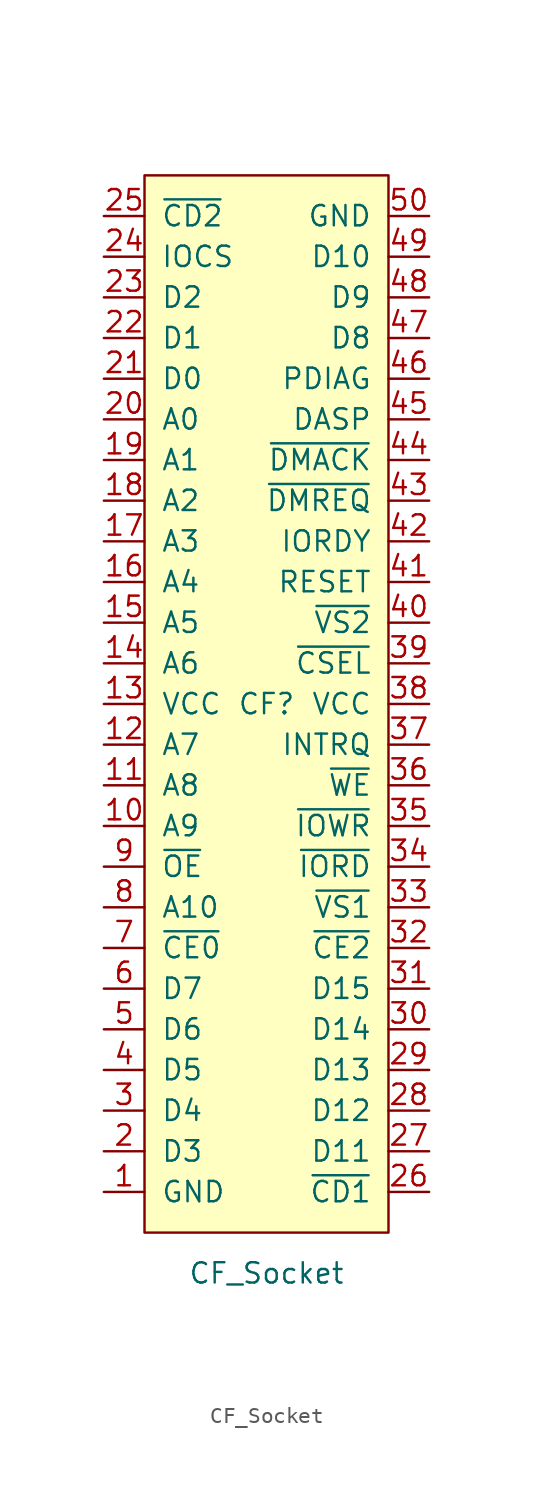
<source format=kicad_sym>
(kicad_symbol_lib
  (version 20211014)
  (generator kicad_symbol_editor)
  (symbol "CF_Socket"
    (pin_names
      (offset 1.016))
    (property "Reference" "CF"
      (at 0 1.27 0)
      (effects (font (size 1.27 1.27))))
    (property "Value" "CF_Socket"
      (at 0 -34.29 0)
      (effects (font (size 1.27 1.27))))
    (symbol "CF_Socket_0_1"
      (rectangle (start -7.62 34.29) (end 7.62 -31.75) (stroke (width 0) (type default) (color 0 0 0 0)) (fill (type background))))
    (symbol "CF_Socket_1_1"
      (pin power_in line (at -10.16 -29.21 0) (length 2.54) (name "GND" (effects (font (size 1.27 1.27)))) (number "1" (effects (font (size 1.27 1.27)))))
      (pin input line (at -10.16 -6.35 0) (length 2.54) (name "A9" (effects (font (size 1.27 1.27)))) (number "10" (effects (font (size 1.27 1.27)))))
      (pin input line (at -10.16 -3.81 0) (length 2.54) (name "A8" (effects (font (size 1.27 1.27)))) (number "11" (effects (font (size 1.27 1.27)))))
      (pin input line (at -10.16 -1.27 0) (length 2.54) (name "A7" (effects (font (size 1.27 1.27)))) (number "12" (effects (font (size 1.27 1.27)))))
      (pin power_in line (at -10.16 1.27 0) (length 2.54) (name "VCC" (effects (font (size 1.27 1.27)))) (number "13" (effects (font (size 1.27 1.27)))))
      (pin input line (at -10.16 3.81 0) (length 2.54) (name "A6" (effects (font (size 1.27 1.27)))) (number "14" (effects (font (size 1.27 1.27)))))
      (pin input line (at -10.16 6.35 0) (length 2.54) (name "A5" (effects (font (size 1.27 1.27)))) (number "15" (effects (font (size 1.27 1.27)))))
      (pin input line (at -10.16 8.89 0) (length 2.54) (name "A4" (effects (font (size 1.27 1.27)))) (number "16" (effects (font (size 1.27 1.27)))))
      (pin input line (at -10.16 11.43 0) (length 2.54) (name "A3" (effects (font (size 1.27 1.27)))) (number "17" (effects (font (size 1.27 1.27)))))
      (pin input line (at -10.16 13.97 0) (length 2.54) (name "A2" (effects (font (size 1.27 1.27)))) (number "18" (effects (font (size 1.27 1.27)))))
      (pin input line (at -10.16 16.51 0) (length 2.54) (name "A1" (effects (font (size 1.27 1.27)))) (number "19" (effects (font (size 1.27 1.27)))))
      (pin input line (at -10.16 -26.67 0) (length 2.54) (name "D3" (effects (font (size 1.27 1.27)))) (number "2" (effects (font (size 1.27 1.27)))))
      (pin input line (at -10.16 19.05 0) (length 2.54) (name "A0" (effects (font (size 1.27 1.27)))) (number "20" (effects (font (size 1.27 1.27)))))
      (pin bidirectional line (at -10.16 21.59 0) (length 2.54) (name "D0" (effects (font (size 1.27 1.27)))) (number "21" (effects (font (size 1.27 1.27)))))
      (pin bidirectional line (at -10.16 24.13 0) (length 2.54) (name "D1" (effects (font (size 1.27 1.27)))) (number "22" (effects (font (size 1.27 1.27)))))
      (pin bidirectional line (at -10.16 26.67 0) (length 2.54) (name "D2" (effects (font (size 1.27 1.27)))) (number "23" (effects (font (size 1.27 1.27)))))
      (pin output line (at -10.16 29.21 0) (length 2.54) (name "IOCS" (effects (font (size 1.27 1.27)))) (number "24" (effects (font (size 1.27 1.27)))))
      (pin output line (at -10.16 31.75 0) (length 2.54) (name "~{CD2}" (effects (font (size 1.27 1.27)))) (number "25" (effects (font (size 1.27 1.27)))))
      (pin output line (at 10.16 -29.21 180) (length 2.54) (name "~{CD1}" (effects (font (size 1.27 1.27)))) (number "26" (effects (font (size 1.27 1.27)))))
      (pin bidirectional line (at 10.16 -26.67 180) (length 2.54) (name "D11" (effects (font (size 1.27 1.27)))) (number "27" (effects (font (size 1.27 1.27)))))
      (pin bidirectional line (at 10.16 -24.13 180) (length 2.54) (name "D12" (effects (font (size 1.27 1.27)))) (number "28" (effects (font (size 1.27 1.27)))))
      (pin bidirectional line (at 10.16 -21.59 180) (length 2.54) (name "D13" (effects (font (size 1.27 1.27)))) (number "29" (effects (font (size 1.27 1.27)))))
      (pin input line (at -10.16 -24.13 0) (length 2.54) (name "D4" (effects (font (size 1.27 1.27)))) (number "3" (effects (font (size 1.27 1.27)))))
      (pin bidirectional line (at 10.16 -19.05 180) (length 2.54) (name "D14" (effects (font (size 1.27 1.27)))) (number "30" (effects (font (size 1.27 1.27)))))
      (pin bidirectional line (at 10.16 -16.51 180) (length 2.54) (name "D15" (effects (font (size 1.27 1.27)))) (number "31" (effects (font (size 1.27 1.27)))))
      (pin input line (at 10.16 -13.97 180) (length 2.54) (name "~{CE2}" (effects (font (size 1.27 1.27)))) (number "32" (effects (font (size 1.27 1.27)))))
      (pin output line (at 10.16 -11.43 180) (length 2.54) (name "~{VS1}" (effects (font (size 1.27 1.27)))) (number "33" (effects (font (size 1.27 1.27)))))
      (pin input line (at 10.16 -8.89 180) (length 2.54) (name "~{IORD}" (effects (font (size 1.27 1.27)))) (number "34" (effects (font (size 1.27 1.27)))))
      (pin input line (at 10.16 -6.35 180) (length 2.54) (name "~{IOWR}" (effects (font (size 1.27 1.27)))) (number "35" (effects (font (size 1.27 1.27)))))
      (pin input line (at 10.16 -3.81 180) (length 2.54) (name "~{WE}" (effects (font (size 1.27 1.27)))) (number "36" (effects (font (size 1.27 1.27)))))
      (pin output line (at 10.16 -1.27 180) (length 2.54) (name "INTRQ" (effects (font (size 1.27 1.27)))) (number "37" (effects (font (size 1.27 1.27)))))
      (pin power_in line (at 10.16 1.27 180) (length 2.54) (name "VCC" (effects (font (size 1.27 1.27)))) (number "38" (effects (font (size 1.27 1.27)))))
      (pin input line (at 10.16 3.81 180) (length 2.54) (name "~{CSEL}" (effects (font (size 1.27 1.27)))) (number "39" (effects (font (size 1.27 1.27)))))
      (pin input line (at -10.16 -21.59 0) (length 2.54) (name "D5" (effects (font (size 1.27 1.27)))) (number "4" (effects (font (size 1.27 1.27)))))
      (pin output line (at 10.16 6.35 180) (length 2.54) (name "~{VS2}" (effects (font (size 1.27 1.27)))) (number "40" (effects (font (size 1.27 1.27)))))
      (pin input line (at 10.16 8.89 180) (length 2.54) (name "RESET" (effects (font (size 1.27 1.27)))) (number "41" (effects (font (size 1.27 1.27)))))
      (pin output line (at 10.16 11.43 180) (length 2.54) (name "IORDY" (effects (font (size 1.27 1.27)))) (number "42" (effects (font (size 1.27 1.27)))))
      (pin output line (at 10.16 13.97 180) (length 2.54) (name "~{DMREQ}" (effects (font (size 1.27 1.27)))) (number "43" (effects (font (size 1.27 1.27)))))
      (pin input line (at 10.16 16.51 180) (length 2.54) (name "~{DMACK}" (effects (font (size 1.27 1.27)))) (number "44" (effects (font (size 1.27 1.27)))))
      (pin output line (at 10.16 19.05 180) (length 2.54) (name "DASP" (effects (font (size 1.27 1.27)))) (number "45" (effects (font (size 1.27 1.27)))))
      (pin output line (at 10.16 21.59 180) (length 2.54) (name "PDIAG" (effects (font (size 1.27 1.27)))) (number "46" (effects (font (size 1.27 1.27)))))
      (pin bidirectional line (at 10.16 24.13 180) (length 2.54) (name "D8" (effects (font (size 1.27 1.27)))) (number "47" (effects (font (size 1.27 1.27)))))
      (pin bidirectional line (at 10.16 26.67 180) (length 2.54) (name "D9" (effects (font (size 1.27 1.27)))) (number "48" (effects (font (size 1.27 1.27)))))
      (pin bidirectional line (at 10.16 29.21 180) (length 2.54) (name "D10" (effects (font (size 1.27 1.27)))) (number "49" (effects (font (size 1.27 1.27)))))
      (pin input line (at -10.16 -19.05 0) (length 2.54) (name "D6" (effects (font (size 1.27 1.27)))) (number "5" (effects (font (size 1.27 1.27)))))
      (pin power_in line (at 10.16 31.75 180) (length 2.54) (name "GND" (effects (font (size 1.27 1.27)))) (number "50" (effects (font (size 1.27 1.27)))))
      (pin input line (at -10.16 -16.51 0) (length 2.54) (name "D7" (effects (font (size 1.27 1.27)))) (number "6" (effects (font (size 1.27 1.27)))))
      (pin input line (at -10.16 -13.97 0) (length 2.54) (name "~{CE0}" (effects (font (size 1.27 1.27)))) (number "7" (effects (font (size 1.27 1.27)))))
      (pin input line (at -10.16 -11.43 0) (length 2.54) (name "A10" (effects (font (size 1.27 1.27)))) (number "8" (effects (font (size 1.27 1.27)))))
      (pin input line (at -10.16 -8.89 0) (length 2.54) (name "~{OE}" (effects (font (size 1.27 1.27)))) (number "9" (effects (font (size 1.27 1.27))))))))
</source>
